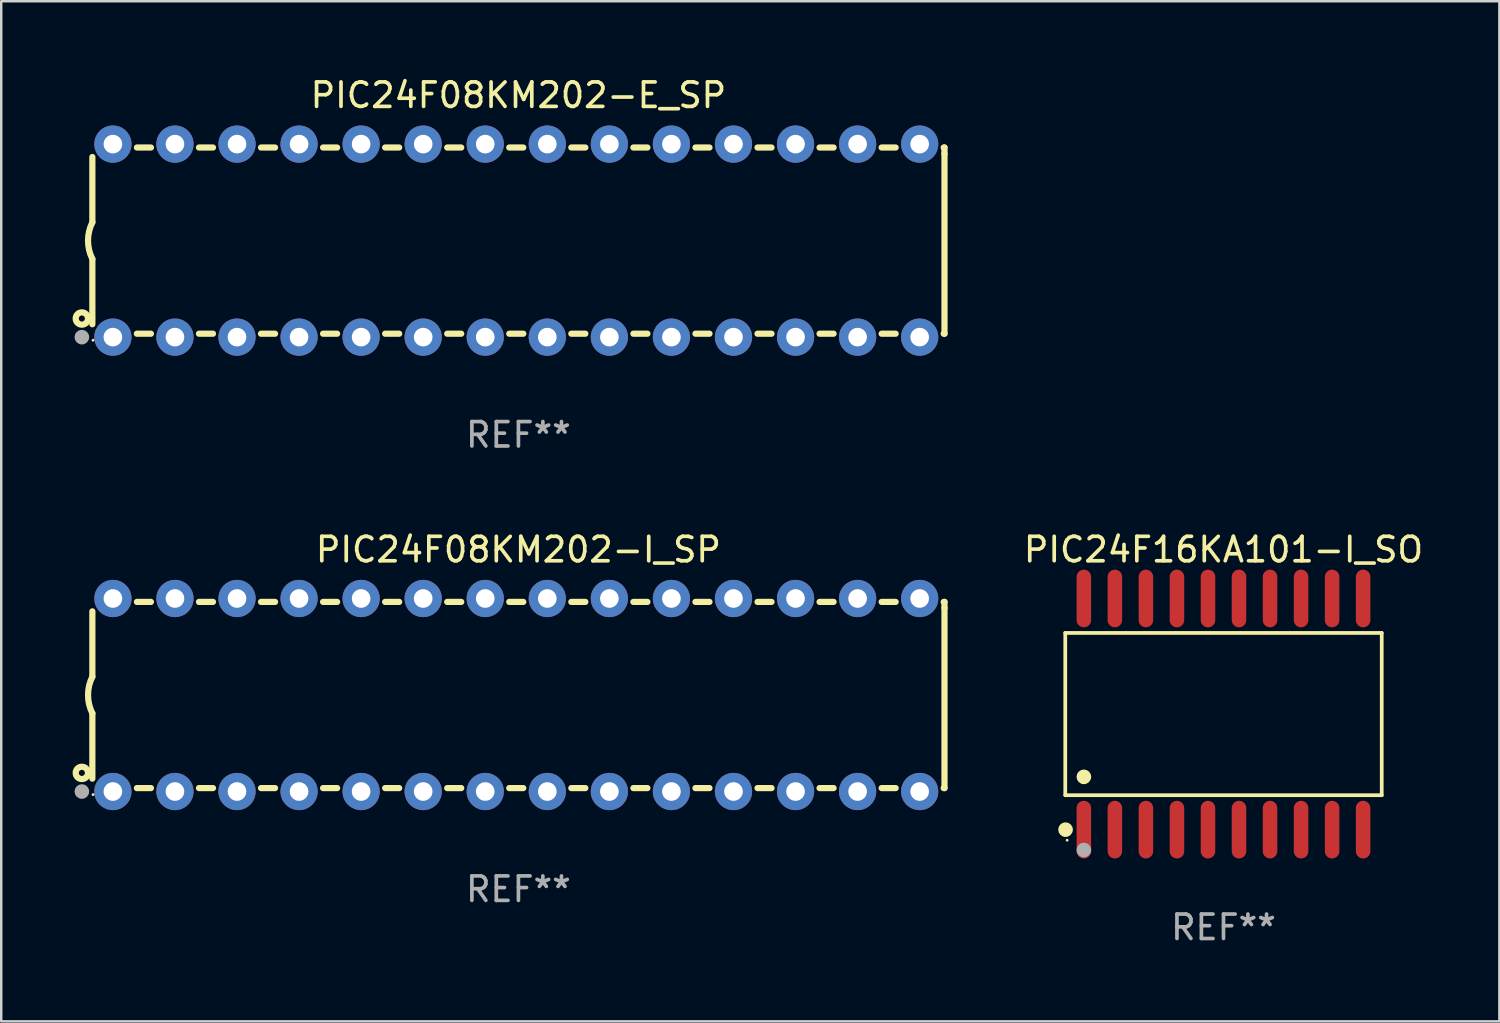
<source format=kicad_pcb>
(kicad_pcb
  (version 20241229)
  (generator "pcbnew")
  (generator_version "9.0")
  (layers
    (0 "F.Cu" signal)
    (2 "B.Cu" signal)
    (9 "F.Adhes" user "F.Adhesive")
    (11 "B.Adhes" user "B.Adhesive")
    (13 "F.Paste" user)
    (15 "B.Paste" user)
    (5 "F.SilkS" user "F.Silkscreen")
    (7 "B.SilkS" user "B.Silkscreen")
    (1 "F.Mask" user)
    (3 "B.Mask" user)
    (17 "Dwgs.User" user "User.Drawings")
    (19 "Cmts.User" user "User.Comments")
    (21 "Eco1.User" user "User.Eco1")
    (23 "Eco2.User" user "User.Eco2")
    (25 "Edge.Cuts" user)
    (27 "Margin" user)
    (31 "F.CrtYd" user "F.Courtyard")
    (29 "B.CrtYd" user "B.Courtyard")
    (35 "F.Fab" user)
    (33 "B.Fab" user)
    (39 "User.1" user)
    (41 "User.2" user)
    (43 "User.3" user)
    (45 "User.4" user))
  (footprint "PIC24F08KM202-E_SP"
    (layer "F.Cu")
    (at 18.168 6.798)
    (property "Reference" "PIC24F08KM202-E_SP" (at 0 -5.95 0) (layer "F.SilkS") (effects (font (size 1 1) (thickness 0.15))))
    (attr through_hole)
    (fp_line (start -17.438 0.75) (end -17.438 3.423) (stroke (width 0.254) (type solid)) (layer "F.SilkS"))
    (fp_line (start -17.438 -3.423) (end -17.438 -0.75) (stroke (width 0.254) (type solid)) (layer "F.SilkS"))
    (fp_line (start -15.615 3.81) (end -15.041 3.81) (stroke (width 0.254) (type solid)) (layer "F.SilkS"))
    (fp_line (start -15.041 -3.81) (end -15.614 -3.81) (stroke (width 0.254) (type solid)) (layer "F.SilkS"))
    (fp_line (start -13.075 3.81) (end -12.501 3.81) (stroke (width 0.254) (type solid)) (layer "F.SilkS"))
    (fp_line (start -12.501 -3.81) (end -13.074 -3.81) (stroke (width 0.254) (type solid)) (layer "F.SilkS"))
    (fp_line (start -10.535 3.81) (end -9.961 3.81) (stroke (width 0.254) (type solid)) (layer "F.SilkS"))
    (fp_line (start -9.961 -3.81) (end -10.534 -3.81) (stroke (width 0.254) (type solid)) (layer "F.SilkS"))
    (fp_line (start -7.995 3.81) (end -7.421 3.81) (stroke (width 0.254) (type solid)) (layer "F.SilkS"))
    (fp_line (start -7.421 -3.81) (end -7.995 -3.81) (stroke (width 0.254) (type solid)) (layer "F.SilkS"))
    (fp_line (start -5.455 3.81) (end -4.881 3.81) (stroke (width 0.254) (type solid)) (layer "F.SilkS"))
    (fp_line (start -4.881 -3.81) (end -5.455 -3.81) (stroke (width 0.254) (type solid)) (layer "F.SilkS"))
    (fp_line (start -2.915 3.81) (end -2.341 3.81) (stroke (width 0.254) (type solid)) (layer "F.SilkS"))
    (fp_line (start -2.341 -3.81) (end -2.915 -3.81) (stroke (width 0.254) (type solid)) (layer "F.SilkS"))
    (fp_line (start -0.375 3.81) (end 0.199 3.81) (stroke (width 0.254) (type solid)) (layer "F.SilkS"))
    (fp_line (start 0.199 -3.81) (end -0.375 -3.81) (stroke (width 0.254) (type solid)) (layer "F.SilkS"))
    (fp_line (start 2.165 3.81) (end 2.739 3.81) (stroke (width 0.254) (type solid)) (layer "F.SilkS"))
    (fp_line (start 2.739 -3.81) (end 2.165 -3.81) (stroke (width 0.254) (type solid)) (layer "F.SilkS"))
    (fp_line (start 4.705 3.81) (end 5.279 3.81) (stroke (width 0.254) (type solid)) (layer "F.SilkS"))
    (fp_line (start 5.279 -3.81) (end 4.705 -3.81) (stroke (width 0.254) (type solid)) (layer "F.SilkS"))
    (fp_line (start 7.245 3.81) (end 7.819 3.81) (stroke (width 0.254) (type solid)) (layer "F.SilkS"))
    (fp_line (start 7.819 -3.81) (end 7.245 -3.81) (stroke (width 0.254) (type solid)) (layer "F.SilkS"))
    (fp_line (start 9.785 3.81) (end 10.359 3.81) (stroke (width 0.254) (type solid)) (layer "F.SilkS"))
    (fp_line (start 10.359 -3.81) (end 9.785 -3.81) (stroke (width 0.254) (type solid)) (layer "F.SilkS"))
    (fp_line (start 12.325 3.81) (end 12.899 3.81) (stroke (width 0.254) (type solid)) (layer "F.SilkS"))
    (fp_line (start 12.899 -3.81) (end 12.325 -3.81) (stroke (width 0.254) (type solid)) (layer "F.SilkS"))
    (fp_line (start 14.865 3.81) (end 15.439 3.81) (stroke (width 0.254) (type solid)) (layer "F.SilkS"))
    (fp_line (start 15.439 -3.81) (end 14.865 -3.81) (stroke (width 0.254) (type solid)) (layer "F.SilkS"))
    (fp_line (start 17.405 3.81) (end 17.438 3.81) (stroke (width 0.254) (type solid)) (layer "F.SilkS"))
    (fp_line (start 17.438 -3.81) (end 17.405 -3.81) (stroke (width 0.254) (type solid)) (layer "F.SilkS"))
    (fp_line (start 17.438 -3.556) (end 17.438 -3.81) (stroke (width 0.254) (type solid)) (layer "F.SilkS"))
    (fp_line (start 17.438 3.81) (end 17.438 -3.556) (stroke (width 0.254) (type solid)) (layer "F.SilkS"))
    (fp_arc (start -17.437986 0.749657) (mid -17.614887 -0.000024) (end -17.437783 -0.749657) (stroke (width 0.254001) (type solid)) (layer "F.SilkS"))
    (fp_circle (center -17.868 3.188) (end -17.743 3.188) (stroke (width 0.254) (type solid)) (fill no) (layer "F.SilkS"))
    (fp_circle (center -17.411 4.077) (end -17.381 4.077) (stroke (width 0.06) (type solid)) (fill no) (layer "F.SilkS"))
    (fp_circle (center -17.868 3.95) (end -17.718 3.95) (stroke (width 0.3) (type solid)) (fill no) (layer "F.Fab"))
    (fp_text user "REF**" (at 0 7.95 0) (layer "F.Fab") (effects (font (size 1 1) (thickness 0.15))))
    (pad "1" thru_hole circle (at -16.598 3.95) (size 1.524 1.524) (drill 0.762) (layers "*.Cu" "*.Mask"))
    (pad "2" thru_hole circle (at -14.058 3.95) (size 1.524 1.524) (drill 0.762) (layers "*.Cu" "*.Mask"))
    (pad "3" thru_hole circle (at -11.518 3.95) (size 1.524 1.524) (drill 0.762) (layers "*.Cu" "*.Mask"))
    (pad "4" thru_hole circle (at -8.978 3.95) (size 1.524 1.524) (drill 0.762) (layers "*.Cu" "*.Mask"))
    (pad "5" thru_hole circle (at -6.438 3.95) (size 1.524 1.524) (drill 0.762) (layers "*.Cu" "*.Mask"))
    (pad "6" thru_hole circle (at -3.898 3.95) (size 1.524 1.524) (drill 0.762) (layers "*.Cu" "*.Mask"))
    (pad "7" thru_hole circle (at -1.358 3.95) (size 1.524 1.524) (drill 0.762) (layers "*.Cu" "*.Mask"))
    (pad "8" thru_hole circle (at 1.182 3.95) (size 1.524 1.524) (drill 0.762) (layers "*.Cu" "*.Mask"))
    (pad "9" thru_hole circle (at 3.722 3.95) (size 1.524 1.524) (drill 0.762) (layers "*.Cu" "*.Mask"))
    (pad "10" thru_hole circle (at 6.262 3.95) (size 1.524 1.524) (drill 0.762) (layers "*.Cu" "*.Mask"))
    (pad "11" thru_hole circle (at 8.802 3.95) (size 1.524 1.524) (drill 0.762) (layers "*.Cu" "*.Mask"))
    (pad "12" thru_hole circle (at 11.342 3.95) (size 1.524 1.524) (drill 0.762) (layers "*.Cu" "*.Mask"))
    (pad "13" thru_hole circle (at 13.882 3.95) (size 1.524 1.524) (drill 0.762) (layers "*.Cu" "*.Mask"))
    (pad "14" thru_hole circle (at 16.422 3.95) (size 1.524 1.524) (drill 0.762) (layers "*.Cu" "*.Mask"))
    (pad "15" thru_hole circle (at 16.422 -3.95) (size 1.524 1.524) (drill 0.762) (layers "*.Cu" "*.Mask"))
    (pad "16" thru_hole circle (at 13.882 -3.95) (size 1.524 1.524) (drill 0.762) (layers "*.Cu" "*.Mask"))
    (pad "17" thru_hole circle (at 11.342 -3.95) (size 1.524 1.524) (drill 0.762) (layers "*.Cu" "*.Mask"))
    (pad "18" thru_hole circle (at 8.802 -3.95) (size 1.524 1.524) (drill 0.762) (layers "*.Cu" "*.Mask"))
    (pad "19" thru_hole circle (at 6.262 -3.95) (size 1.524 1.524) (drill 0.762) (layers "*.Cu" "*.Mask"))
    (pad "20" thru_hole circle (at 3.722 -3.95) (size 1.524 1.524) (drill 0.762) (layers "*.Cu" "*.Mask"))
    (pad "21" thru_hole circle (at 1.182 -3.95) (size 1.524 1.524) (drill 0.762) (layers "*.Cu" "*.Mask"))
    (pad "22" thru_hole circle (at -1.358 -3.95) (size 1.524 1.524) (drill 0.762) (layers "*.Cu" "*.Mask"))
    (pad "23" thru_hole circle (at -3.898 -3.95) (size 1.524 1.524) (drill 0.762) (layers "*.Cu" "*.Mask"))
    (pad "24" thru_hole circle (at -6.438 -3.95) (size 1.524 1.524) (drill 0.762) (layers "*.Cu" "*.Mask"))
    (pad "25" thru_hole circle (at -8.978 -3.95) (size 1.524 1.524) (drill 0.762) (layers "*.Cu" "*.Mask"))
    (pad "26" thru_hole circle (at -11.517 -3.95) (size 1.524 1.524) (drill 0.762) (layers "*.Cu" "*.Mask"))
    (pad "27" thru_hole circle (at -14.057 -3.95) (size 1.524 1.524) (drill 0.762) (layers "*.Cu" "*.Mask"))
    (pad "28" thru_hole circle (at -16.597 -3.95) (size 1.524 1.524) (drill 0.762) (layers "*.Cu" "*.Mask")))
  (footprint "PIC24F08KM202-I_SP"
    (layer "F.Cu")
    (at 18.168 25.395)
    (property "Reference" "PIC24F08KM202-I_SP" (at 0 -5.95 0) (layer "F.SilkS") (effects (font (size 1 1) (thickness 0.15))))
    (attr through_hole)
    (fp_line (start -17.438 0.75) (end -17.438 3.423) (stroke (width 0.254) (type solid)) (layer "F.SilkS"))
    (fp_line (start -17.438 -3.423) (end -17.438 -0.75) (stroke (width 0.254) (type solid)) (layer "F.SilkS"))
    (fp_line (start -15.615 3.81) (end -15.041 3.81) (stroke (width 0.254) (type solid)) (layer "F.SilkS"))
    (fp_line (start -15.041 -3.81) (end -15.614 -3.81) (stroke (width 0.254) (type solid)) (layer "F.SilkS"))
    (fp_line (start -13.075 3.81) (end -12.501 3.81) (stroke (width 0.254) (type solid)) (layer "F.SilkS"))
    (fp_line (start -12.501 -3.81) (end -13.074 -3.81) (stroke (width 0.254) (type solid)) (layer "F.SilkS"))
    (fp_line (start -10.535 3.81) (end -9.961 3.81) (stroke (width 0.254) (type solid)) (layer "F.SilkS"))
    (fp_line (start -9.961 -3.81) (end -10.534 -3.81) (stroke (width 0.254) (type solid)) (layer "F.SilkS"))
    (fp_line (start -7.995 3.81) (end -7.421 3.81) (stroke (width 0.254) (type solid)) (layer "F.SilkS"))
    (fp_line (start -7.421 -3.81) (end -7.995 -3.81) (stroke (width 0.254) (type solid)) (layer "F.SilkS"))
    (fp_line (start -5.455 3.81) (end -4.881 3.81) (stroke (width 0.254) (type solid)) (layer "F.SilkS"))
    (fp_line (start -4.881 -3.81) (end -5.455 -3.81) (stroke (width 0.254) (type solid)) (layer "F.SilkS"))
    (fp_line (start -2.915 3.81) (end -2.341 3.81) (stroke (width 0.254) (type solid)) (layer "F.SilkS"))
    (fp_line (start -2.341 -3.81) (end -2.915 -3.81) (stroke (width 0.254) (type solid)) (layer "F.SilkS"))
    (fp_line (start -0.375 3.81) (end 0.199 3.81) (stroke (width 0.254) (type solid)) (layer "F.SilkS"))
    (fp_line (start 0.199 -3.81) (end -0.375 -3.81) (stroke (width 0.254) (type solid)) (layer "F.SilkS"))
    (fp_line (start 2.165 3.81) (end 2.739 3.81) (stroke (width 0.254) (type solid)) (layer "F.SilkS"))
    (fp_line (start 2.739 -3.81) (end 2.165 -3.81) (stroke (width 0.254) (type solid)) (layer "F.SilkS"))
    (fp_line (start 4.705 3.81) (end 5.279 3.81) (stroke (width 0.254) (type solid)) (layer "F.SilkS"))
    (fp_line (start 5.279 -3.81) (end 4.705 -3.81) (stroke (width 0.254) (type solid)) (layer "F.SilkS"))
    (fp_line (start 7.245 3.81) (end 7.819 3.81) (stroke (width 0.254) (type solid)) (layer "F.SilkS"))
    (fp_line (start 7.819 -3.81) (end 7.245 -3.81) (stroke (width 0.254) (type solid)) (layer "F.SilkS"))
    (fp_line (start 9.785 3.81) (end 10.359 3.81) (stroke (width 0.254) (type solid)) (layer "F.SilkS"))
    (fp_line (start 10.359 -3.81) (end 9.785 -3.81) (stroke (width 0.254) (type solid)) (layer "F.SilkS"))
    (fp_line (start 12.325 3.81) (end 12.899 3.81) (stroke (width 0.254) (type solid)) (layer "F.SilkS"))
    (fp_line (start 12.899 -3.81) (end 12.325 -3.81) (stroke (width 0.254) (type solid)) (layer "F.SilkS"))
    (fp_line (start 14.865 3.81) (end 15.439 3.81) (stroke (width 0.254) (type solid)) (layer "F.SilkS"))
    (fp_line (start 15.439 -3.81) (end 14.865 -3.81) (stroke (width 0.254) (type solid)) (layer "F.SilkS"))
    (fp_line (start 17.405 3.81) (end 17.438 3.81) (stroke (width 0.254) (type solid)) (layer "F.SilkS"))
    (fp_line (start 17.438 -3.81) (end 17.405 -3.81) (stroke (width 0.254) (type solid)) (layer "F.SilkS"))
    (fp_line (start 17.438 -3.556) (end 17.438 -3.81) (stroke (width 0.254) (type solid)) (layer "F.SilkS"))
    (fp_line (start 17.438 3.81) (end 17.438 -3.556) (stroke (width 0.254) (type solid)) (layer "F.SilkS"))
    (fp_arc (start -17.437986 0.749657) (mid -17.614887 -0.000024) (end -17.437783 -0.749657) (stroke (width 0.254001) (type solid)) (layer "F.SilkS"))
    (fp_circle (center -17.868 3.188) (end -17.743 3.188) (stroke (width 0.254) (type solid)) (fill no) (layer "F.SilkS"))
    (fp_circle (center -17.411 4.077) (end -17.381 4.077) (stroke (width 0.06) (type solid)) (fill no) (layer "F.SilkS"))
    (fp_circle (center -17.868 3.95) (end -17.718 3.95) (stroke (width 0.3) (type solid)) (fill no) (layer "F.Fab"))
    (fp_text user "REF**" (at 0 7.95 0) (layer "F.Fab") (effects (font (size 1 1) (thickness 0.15))))
    (pad "1" thru_hole circle (at -16.598 3.95) (size 1.524 1.524) (drill 0.762) (layers "*.Cu" "*.Mask"))
    (pad "2" thru_hole circle (at -14.058 3.95) (size 1.524 1.524) (drill 0.762) (layers "*.Cu" "*.Mask"))
    (pad "3" thru_hole circle (at -11.518 3.95) (size 1.524 1.524) (drill 0.762) (layers "*.Cu" "*.Mask"))
    (pad "4" thru_hole circle (at -8.978 3.95) (size 1.524 1.524) (drill 0.762) (layers "*.Cu" "*.Mask"))
    (pad "5" thru_hole circle (at -6.438 3.95) (size 1.524 1.524) (drill 0.762) (layers "*.Cu" "*.Mask"))
    (pad "6" thru_hole circle (at -3.898 3.95) (size 1.524 1.524) (drill 0.762) (layers "*.Cu" "*.Mask"))
    (pad "7" thru_hole circle (at -1.358 3.95) (size 1.524 1.524) (drill 0.762) (layers "*.Cu" "*.Mask"))
    (pad "8" thru_hole circle (at 1.182 3.95) (size 1.524 1.524) (drill 0.762) (layers "*.Cu" "*.Mask"))
    (pad "9" thru_hole circle (at 3.722 3.95) (size 1.524 1.524) (drill 0.762) (layers "*.Cu" "*.Mask"))
    (pad "10" thru_hole circle (at 6.262 3.95) (size 1.524 1.524) (drill 0.762) (layers "*.Cu" "*.Mask"))
    (pad "11" thru_hole circle (at 8.802 3.95) (size 1.524 1.524) (drill 0.762) (layers "*.Cu" "*.Mask"))
    (pad "12" thru_hole circle (at 11.342 3.95) (size 1.524 1.524) (drill 0.762) (layers "*.Cu" "*.Mask"))
    (pad "13" thru_hole circle (at 13.882 3.95) (size 1.524 1.524) (drill 0.762) (layers "*.Cu" "*.Mask"))
    (pad "14" thru_hole circle (at 16.422 3.95) (size 1.524 1.524) (drill 0.762) (layers "*.Cu" "*.Mask"))
    (pad "15" thru_hole circle (at 16.422 -3.95) (size 1.524 1.524) (drill 0.762) (layers "*.Cu" "*.Mask"))
    (pad "16" thru_hole circle (at 13.882 -3.95) (size 1.524 1.524) (drill 0.762) (layers "*.Cu" "*.Mask"))
    (pad "17" thru_hole circle (at 11.342 -3.95) (size 1.524 1.524) (drill 0.762) (layers "*.Cu" "*.Mask"))
    (pad "18" thru_hole circle (at 8.802 -3.95) (size 1.524 1.524) (drill 0.762) (layers "*.Cu" "*.Mask"))
    (pad "19" thru_hole circle (at 6.262 -3.95) (size 1.524 1.524) (drill 0.762) (layers "*.Cu" "*.Mask"))
    (pad "20" thru_hole circle (at 3.722 -3.95) (size 1.524 1.524) (drill 0.762) (layers "*.Cu" "*.Mask"))
    (pad "21" thru_hole circle (at 1.182 -3.95) (size 1.524 1.524) (drill 0.762) (layers "*.Cu" "*.Mask"))
    (pad "22" thru_hole circle (at -1.358 -3.95) (size 1.524 1.524) (drill 0.762) (layers "*.Cu" "*.Mask"))
    (pad "23" thru_hole circle (at -3.898 -3.95) (size 1.524 1.524) (drill 0.762) (layers "*.Cu" "*.Mask"))
    (pad "24" thru_hole circle (at -6.438 -3.95) (size 1.524 1.524) (drill 0.762) (layers "*.Cu" "*.Mask"))
    (pad "25" thru_hole circle (at -8.978 -3.95) (size 1.524 1.524) (drill 0.762) (layers "*.Cu" "*.Mask"))
    (pad "26" thru_hole circle (at -11.517 -3.95) (size 1.524 1.524) (drill 0.762) (layers "*.Cu" "*.Mask"))
    (pad "27" thru_hole circle (at -14.057 -3.95) (size 1.524 1.524) (drill 0.762) (layers "*.Cu" "*.Mask"))
    (pad "28" thru_hole circle (at -16.597 -3.95) (size 1.524 1.524) (drill 0.762) (layers "*.Cu" "*.Mask")))
  (footprint "PIC24F16KA101-I_SO"
    (layer "F.Cu")
    (at 47.025 26.175)
    (property "Reference" "PIC24F16KA101-I_SO" (at 0 -6.73 0) (layer "F.SilkS") (effects (font (size 1 1) (thickness 0.15))))
    (attr through_hole)
    (fp_line (start -6.476 -3.321) (end 6.476 -3.321) (stroke (width 0.152) (type solid)) (layer "F.SilkS"))
    (fp_line (start -6.476 3.321) (end -6.476 -3.321) (stroke (width 0.152) (type solid)) (layer "F.SilkS"))
    (fp_line (start 6.476 -3.321) (end 6.476 3.321) (stroke (width 0.152) (type solid)) (layer "F.SilkS"))
    (fp_line (start 6.476 3.321) (end -6.476 3.321) (stroke (width 0.152) (type solid)) (layer "F.SilkS"))
    (fp_circle (center -6.465 4.73) (end -6.315 4.73) (stroke (width 0.3) (type solid)) (fill no) (layer "F.SilkS"))
    (fp_circle (center -6.4 5.163) (end -6.37 5.163) (stroke (width 0.06) (type solid)) (fill no) (layer "F.SilkS"))
    (fp_circle (center -5.715 2.569) (end -5.565 2.569) (stroke (width 0.3) (type solid)) (fill no) (layer "F.SilkS"))
    (fp_circle (center -5.715 5.563) (end -5.565 5.563) (stroke (width 0.3) (type solid)) (fill no) (layer "F.Fab"))
    (fp_text user "REF**" (at 0 8.73 0) (layer "F.Fab") (effects (font (size 1 1) (thickness 0.15))))
    (pad "1" smd oval (at -5.715 4.73) (size 0.595 2.36) (layers "F.Cu" "F.Mask" "F.Paste"))
    (pad "2" smd oval (at -4.445 4.73) (size 0.595 2.36) (layers "F.Cu" "F.Mask" "F.Paste"))
    (pad "3" smd oval (at -3.175 4.73) (size 0.595 2.36) (layers "F.Cu" "F.Mask" "F.Paste"))
    (pad "4" smd oval (at -1.905 4.73) (size 0.595 2.36) (layers "F.Cu" "F.Mask" "F.Paste"))
    (pad "5" smd oval (at -0.635 4.73) (size 0.595 2.36) (layers "F.Cu" "F.Mask" "F.Paste"))
    (pad "6" smd oval (at 0.635 4.73) (size 0.595 2.36) (layers "F.Cu" "F.Mask" "F.Paste"))
    (pad "7" smd oval (at 1.905 4.73) (size 0.595 2.36) (layers "F.Cu" "F.Mask" "F.Paste"))
    (pad "8" smd oval (at 3.175 4.73) (size 0.595 2.36) (layers "F.Cu" "F.Mask" "F.Paste"))
    (pad "9" smd oval (at 4.445 4.73) (size 0.595 2.36) (layers "F.Cu" "F.Mask" "F.Paste"))
    (pad "10" smd oval (at 5.715 4.73) (size 0.595 2.36) (layers "F.Cu" "F.Mask" "F.Paste"))
    (pad "11" smd oval (at 5.715 -4.73) (size 0.595 2.36) (layers "F.Cu" "F.Mask" "F.Paste"))
    (pad "12" smd oval (at 4.445 -4.73) (size 0.595 2.36) (layers "F.Cu" "F.Mask" "F.Paste"))
    (pad "13" smd oval (at 3.175 -4.73) (size 0.595 2.36) (layers "F.Cu" "F.Mask" "F.Paste"))
    (pad "14" smd oval (at 1.905 -4.73) (size 0.595 2.36) (layers "F.Cu" "F.Mask" "F.Paste"))
    (pad "15" smd oval (at 0.635 -4.73) (size 0.595 2.36) (layers "F.Cu" "F.Mask" "F.Paste"))
    (pad "16" smd oval (at -0.635 -4.73) (size 0.595 2.36) (layers "F.Cu" "F.Mask" "F.Paste"))
    (pad "17" smd oval (at -1.905 -4.73) (size 0.595 2.36) (layers "F.Cu" "F.Mask" "F.Paste"))
    (pad "18" smd oval (at -3.175 -4.73) (size 0.595 2.36) (layers "F.Cu" "F.Mask" "F.Paste"))
    (pad "19" smd oval (at -4.445 -4.73) (size 0.595 2.36) (layers "F.Cu" "F.Mask" "F.Paste"))
    (pad "20" smd oval (at -5.715 -4.73) (size 0.595 2.36) (layers "F.Cu" "F.Mask" "F.Paste")))
  (gr_rect
    (start -3 -3)
    (end 58.316 38.753)
    (stroke (width 0.1) (type default))
    (fill no)
    (layer "Edge.Cuts")))
</source>
